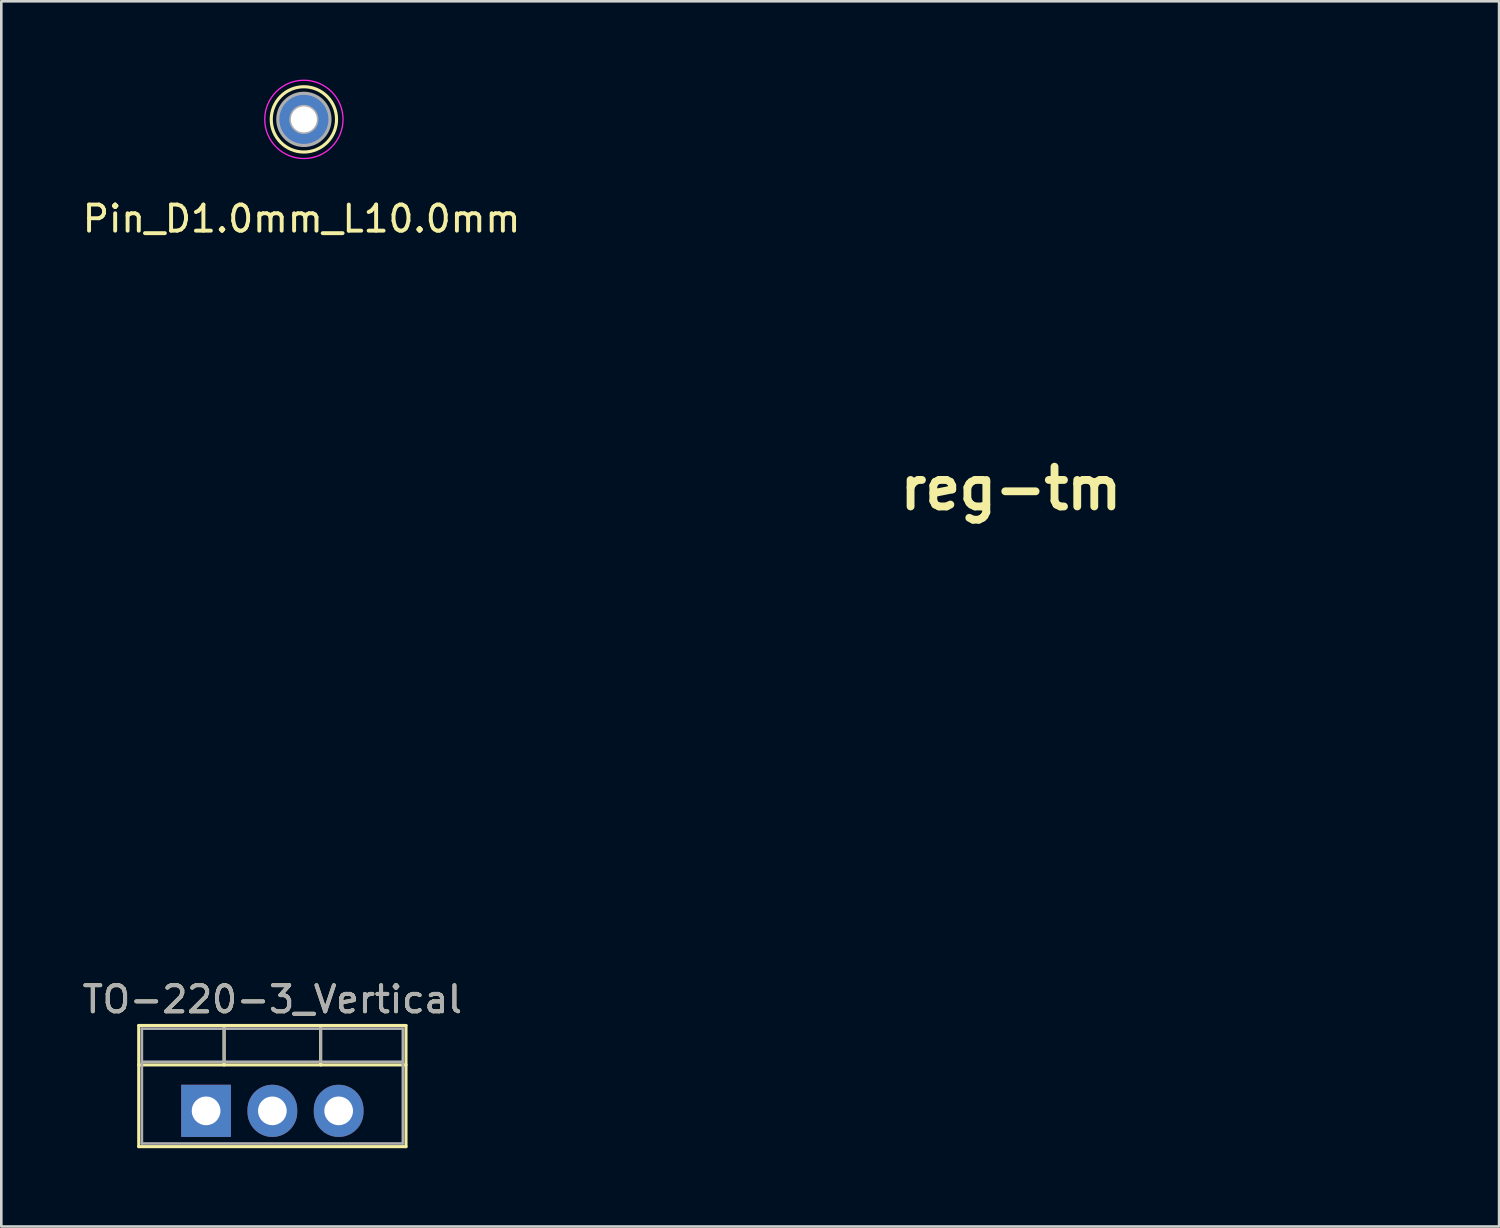
<source format=kicad_pcb>
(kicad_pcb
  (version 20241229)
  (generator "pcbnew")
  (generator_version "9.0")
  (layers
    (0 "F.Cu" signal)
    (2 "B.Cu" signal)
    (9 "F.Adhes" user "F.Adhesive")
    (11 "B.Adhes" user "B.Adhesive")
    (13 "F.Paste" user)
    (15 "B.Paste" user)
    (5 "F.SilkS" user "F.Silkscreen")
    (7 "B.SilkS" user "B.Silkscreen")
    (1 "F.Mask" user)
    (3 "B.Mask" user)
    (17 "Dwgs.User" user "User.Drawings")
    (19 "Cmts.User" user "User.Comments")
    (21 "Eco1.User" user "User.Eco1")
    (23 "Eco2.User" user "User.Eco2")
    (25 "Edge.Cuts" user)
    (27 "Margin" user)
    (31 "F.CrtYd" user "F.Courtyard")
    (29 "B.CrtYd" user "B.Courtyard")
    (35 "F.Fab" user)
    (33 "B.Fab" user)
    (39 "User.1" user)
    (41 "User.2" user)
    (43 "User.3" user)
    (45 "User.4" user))
  (footprint "TO-220-3_Vertical"
    (layer "F.Cu")
    (at 4.847 39.518)
    (property "Reference" "TO-220-3_Vertical" (at 2.54 -4.27 0) (layer "F.SilkS") (effects (font (size 1 1) (thickness 0.15))))
    (attr through_hole)
    (fp_line (start -2.58 -3.27) (end -2.58 1.371) (stroke (width 0.12) (type solid)) (layer "F.SilkS"))
    (fp_line (start -2.58 -3.27) (end 7.66 -3.27) (stroke (width 0.12) (type solid)) (layer "F.SilkS"))
    (fp_line (start -2.58 -1.76) (end 7.66 -1.76) (stroke (width 0.12) (type solid)) (layer "F.SilkS"))
    (fp_line (start -2.58 1.371) (end 7.66 1.371) (stroke (width 0.12) (type solid)) (layer "F.SilkS"))
    (fp_line (start 0.69 -3.27) (end 0.69 -1.76) (stroke (width 0.12) (type solid)) (layer "F.SilkS"))
    (fp_line (start 4.391 -3.27) (end 4.391 -1.76) (stroke (width 0.12) (type solid)) (layer "F.SilkS"))
    (fp_line (start 7.66 -3.27) (end 7.66 1.371) (stroke (width 0.12) (type solid)) (layer "F.SilkS"))
    (fp_line (start -2.46 -3.15) (end -2.46 1.25) (stroke (width 0.1) (type solid)) (layer "F.Fab"))
    (fp_line (start -2.46 -1.88) (end 7.54 -1.88) (stroke (width 0.1) (type solid)) (layer "F.Fab"))
    (fp_line (start -2.46 1.25) (end 7.54 1.25) (stroke (width 0.1) (type solid)) (layer "F.Fab"))
    (fp_line (start 0.69 -3.15) (end 0.69 -1.88) (stroke (width 0.1) (type solid)) (layer "F.Fab"))
    (fp_line (start 4.39 -3.15) (end 4.39 -1.88) (stroke (width 0.1) (type solid)) (layer "F.Fab"))
    (fp_line (start 7.54 -3.15) (end -2.46 -3.15) (stroke (width 0.1) (type solid)) (layer "F.Fab"))
    (fp_line (start 7.54 1.25) (end 7.54 -3.15) (stroke (width 0.1) (type solid)) (layer "F.Fab"))
    (fp_text user "${REFERENCE}" (at 2.54 -4.27 0) (layer "F.Fab") (effects (font (size 1 1) (thickness 0.15))))
    (pad "1" thru_hole rect (at 0 0) (size 1.905 2) (drill 1.1) (layers "*.Cu" "*.Mask"))
    (pad "2" thru_hole oval (at 2.54 0) (size 1.905 2) (drill 1.1) (layers "*.Cu" "*.Mask"))
    (pad "3" thru_hole oval (at 5.08 0) (size 1.905 2) (drill 1.1) (layers "*.Cu" "*.Mask")))
  (footprint "Pin_D1.0mm_L10.0mm"
    (layer "F.Cu")
    (at 8.595 1.525)
    (property "Reference" "Pin_D1.0mm_L10.0mm" (at -0.089 3.809 0) (layer "F.SilkS") (effects (font (size 1 1) (thickness 0.15))))
    (attr through_hole)
    (fp_circle (center 0 0) (end 1.25 0.05) (stroke (width 0.12) (type solid)) (fill no) (layer "F.SilkS"))
    (fp_circle (center 0 0) (end 1.5 0) (stroke (width 0.05) (type solid)) (fill no) (layer "F.CrtYd"))
    (fp_circle (center 0 0) (end 0.5 0) (stroke (width 0.12) (type solid)) (fill no) (layer "F.Fab"))
    (fp_circle (center 0 0) (end 1 0) (stroke (width 0.12) (type solid)) (fill no) (layer "F.Fab"))
    (fp_text user "" (at 0 2.25 0) (layer "F.Fab") (effects (font (size 1 1) (thickness 0.15))))
    (pad "1" thru_hole circle (at 0 0) (size 2 2) (drill 1) (layers "*.Cu" "*.Mask")))
  (footprint "reg-tm"
    (layer "F.Cu")
    (at 35.69 15.668)
    (property "Reference" "reg-tm" (at 0 0 0) (layer "F.SilkS") (effects (font (size 1.524 1.524) (thickness 0.3))))
    (attr through_hole)
    (fp_poly (pts (xy -0.733 -11.49) (xy 0.645 -11.464) (xy 1.681 -11.411) (xy 2.47 -11.322) (xy 3.108 -11.191) (xy 3.691 -11.008) (xy 3.814 -10.963) (xy 5.428 -10.113) (xy 6.622 -8.933) (xy 7.392 -7.431) (xy 7.731 -5.616) (xy 7.748 -5.022) (xy 7.564 -3.292) (xy 6.995 -1.82) (xy 5.993 -0.524) (xy 4.509 0.676) (xy 4.307 0.811) (xy 3.681 1.221) (xy 6.252 5.827) (xy 7.041 7.246) (xy 7.731 8.503) (xy 8.285 9.523) (xy 8.661 10.235) (xy 8.82 10.565) (xy 8.823 10.576) (xy 8.58 10.64) (xy 7.948 10.661) (xy 7.187 10.641) (xy 5.551 10.561) (xy 3.148 6.083) (xy 0.745 1.604) (xy -4.278 1.604) (xy -4.278 10.695) (xy -7.486 10.695) (xy -7.486 -0.802) (xy -4.278 -0.802) (xy -1.393 -0.802) (xy -0.026 -0.818) (xy 0.95 -0.88) (xy 1.675 -1.009) (xy 2.293 -1.226) (xy 2.664 -1.404) (xy 3.753 -2.232) (xy 4.464 -3.332) (xy 4.789 -4.592) (xy 4.722 -5.898) (xy 4.255 -7.138) (xy 3.38 -8.198) (xy 3.122 -8.403) (xy 2.727 -8.643) (xy 2.237 -8.811) (xy 1.545 -8.923) (xy 0.541 -8.996) (xy -0.885 -9.049) (xy -0.955 -9.051) (xy -4.278 -9.146) (xy -4.278 -0.802) (xy -7.486 -0.802) (xy -7.486 -11.497) (xy -2.55 -11.497) (xy -0.733 -11.49)) (stroke (width 0.01) (type solid)) (fill no) (layer "Eco2.User"))
    (fp_poly (pts (xy 1.978 -15.587) (xy 3.561 -15.385) (xy 4.545 -15.139) (xy 7.23 -13.992) (xy 9.57 -12.475) (xy 10.984 -11.229) (xy 12.874 -9.061) (xy 14.263 -6.752) (xy 15.179 -4.238) (xy 15.652 -1.459) (xy 15.7 -0.802) (xy 15.604 2.034) (xy 15.016 4.739) (xy 13.974 7.263) (xy 12.512 9.558) (xy 10.669 11.575) (xy 8.48 13.265) (xy 5.981 14.579) (xy 3.62 15.37) (xy 2.2 15.612) (xy 0.499 15.726) (xy -1.246 15.708) (xy -2.796 15.552) (xy -3.075 15.501) (xy -5.789 14.692) (xy -8.285 13.417) (xy -10.514 11.721) (xy -12.43 9.644) (xy -13.986 7.229) (xy -15.035 4.813) (xy -15.4 3.331) (xy -15.613 1.54) (xy -15.647 0.462) (xy -14.774 0.462) (xy -14.463 3.068) (xy -13.675 5.652) (xy -13.01 7.081) (xy -11.691 9.064) (xy -9.959 10.879) (xy -7.934 12.433) (xy -5.733 13.631) (xy -4.15 14.206) (xy -2.541 14.521) (xy -0.646 14.665) (xy 1.313 14.638) (xy 3.112 14.437) (xy 3.838 14.282) (xy 6.343 13.367) (xy 8.637 11.997) (xy 10.661 10.229) (xy 12.356 8.12) (xy 13.66 5.729) (xy 14.202 4.278) (xy 14.677 2.018) (xy 14.783 -0.429) (xy 14.522 -2.865) (xy 14.066 -4.633) (xy 13.128 -6.905) (xy 11.927 -8.843) (xy 10.347 -10.625) (xy 9.936 -11.016) (xy 7.774 -12.658) (xy 5.322 -13.886) (xy 3.007 -14.581) (xy 1.159 -14.883) (xy -0.518 -14.93) (xy -2.291 -14.722) (xy -3.075 -14.57) (xy -5.681 -13.767) (xy -8.011 -12.548) (xy -10.039 -10.966) (xy -11.74 -9.076) (xy -13.09 -6.934) (xy -14.062 -4.594) (xy -14.631 -2.11) (xy -14.774 0.462) (xy -15.647 0.462) (xy -15.673 -0.379) (xy -15.578 -2.242) (xy -15.326 -3.87) (xy -15.139 -4.545) (xy -13.925 -7.335) (xy -12.301 -9.789) (xy -10.289 -11.884) (xy -7.913 -13.597) (xy -5.197 -14.904) (xy -4.545 -15.139) (xy -3.245 -15.439) (xy -1.604 -15.614) (xy 0.197 -15.663) (xy 1.978 -15.587)) (stroke (width 0.01) (type solid)) (fill no) (layer "Eco2.User")))
  (gr_rect
    (start -3 -3)
    (end 54.395 43.949)
    (stroke (width 0.1) (type default))
    (fill no)
    (layer "Edge.Cuts")))
</source>
